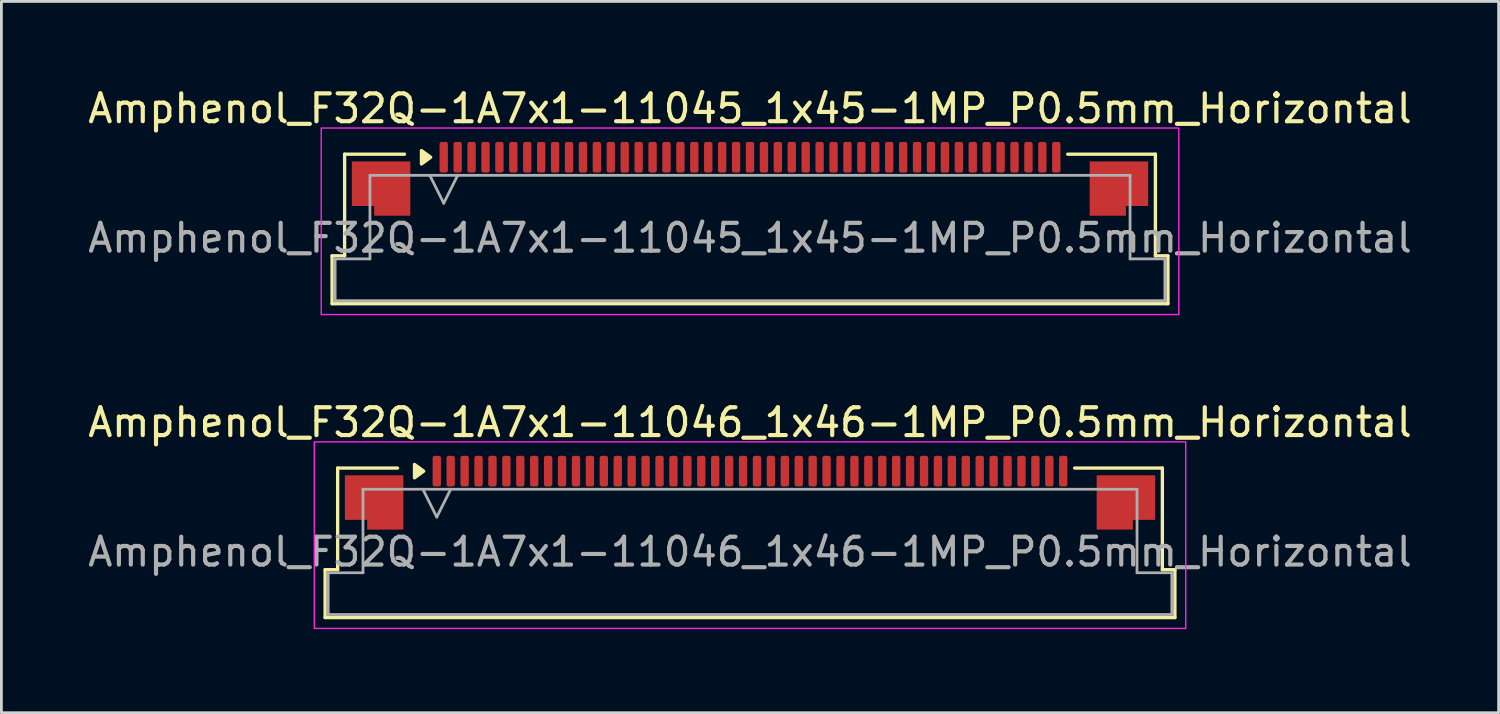
<source format=kicad_pcb>
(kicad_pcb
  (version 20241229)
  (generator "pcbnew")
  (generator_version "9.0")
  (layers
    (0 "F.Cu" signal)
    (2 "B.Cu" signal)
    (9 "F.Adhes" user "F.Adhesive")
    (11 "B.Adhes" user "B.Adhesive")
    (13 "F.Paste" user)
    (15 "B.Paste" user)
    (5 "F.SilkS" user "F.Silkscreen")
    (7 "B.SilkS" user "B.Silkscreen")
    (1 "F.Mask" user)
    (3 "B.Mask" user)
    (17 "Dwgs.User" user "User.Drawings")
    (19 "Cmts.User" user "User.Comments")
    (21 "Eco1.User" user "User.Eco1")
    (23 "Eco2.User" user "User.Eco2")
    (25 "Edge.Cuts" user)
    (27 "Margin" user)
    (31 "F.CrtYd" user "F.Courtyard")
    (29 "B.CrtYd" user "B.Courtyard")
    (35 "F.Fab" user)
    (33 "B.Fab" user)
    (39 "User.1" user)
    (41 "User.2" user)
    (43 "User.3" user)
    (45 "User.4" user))
  (footprint "Amphenol_F32Q-1A7x1-11045_1x45-1MP_P0.5mm_Horizontal"
    (layer "F.Cu")
    (at 23.887 5.498)
    (property "Reference" "Amphenol_F32Q-1A7x1-11045_1x45-1MP_P0.5mm_Horizontal" (at 0 -4.65 0) (layer "F.SilkS") (effects (font (size 1 1) (thickness 0.15))))
    (attr smd)
    (fp_line (start -15.01 0.64) (end -14.56 0.64) (stroke (width 0.12) (type solid)) (layer "F.SilkS"))
    (fp_line (start -15.01 2.36) (end -15.01 0.64) (stroke (width 0.12) (type solid)) (layer "F.SilkS"))
    (fp_line (start -14.56 -3.01) (end -12.41 -3.01) (stroke (width 0.12) (type solid)) (layer "F.SilkS"))
    (fp_line (start -14.56 0.64) (end -14.56 -3.01) (stroke (width 0.12) (type solid)) (layer "F.SilkS"))
    (fp_line (start 11.41 -3.01) (end 14.56 -3.01) (stroke (width 0.12) (type solid)) (layer "F.SilkS"))
    (fp_line (start 14.56 -3.01) (end 14.56 0.64) (stroke (width 0.12) (type solid)) (layer "F.SilkS"))
    (fp_line (start 14.56 0.64) (end 15.01 0.64) (stroke (width 0.12) (type solid)) (layer "F.SilkS"))
    (fp_line (start 15.01 0.64) (end 15.01 2.36) (stroke (width 0.12) (type solid)) (layer "F.SilkS"))
    (fp_line (start 15.01 2.36) (end -15.01 2.36) (stroke (width 0.12) (type solid)) (layer "F.SilkS"))
    (fp_poly (pts (xy -11.47 -2.9) (xy -11.8 -2.66) (xy -11.8 -3.14)) (stroke (width 0.12) (type solid)) (fill yes) (layer "F.SilkS"))
    (fp_rect (start -15.4 -3.95) (end 15.4 2.75) (stroke (width 0.05) (type solid)) (fill no) (layer "F.CrtYd"))
    (fp_line (start -14.9 0.75) (end -13.65 0.75) (stroke (width 0.1) (type solid)) (layer "F.Fab"))
    (fp_line (start -14.9 2.25) (end -14.9 0.75) (stroke (width 0.1) (type solid)) (layer "F.Fab"))
    (fp_line (start -13.65 -2.25) (end 13.65 -2.25) (stroke (width 0.1) (type solid)) (layer "F.Fab"))
    (fp_line (start -13.65 0.75) (end -13.65 -2.25) (stroke (width 0.1) (type solid)) (layer "F.Fab"))
    (fp_line (start -11.5 -2.25) (end -11 -1.25) (stroke (width 0.1) (type solid)) (layer "F.Fab"))
    (fp_line (start -11 -1.25) (end -10.5 -2.25) (stroke (width 0.1) (type solid)) (layer "F.Fab"))
    (fp_line (start 13.65 -2.25) (end 13.65 0.75) (stroke (width 0.1) (type solid)) (layer "F.Fab"))
    (fp_line (start 13.65 0.75) (end 14.9 0.75) (stroke (width 0.1) (type solid)) (layer "F.Fab"))
    (fp_line (start 14.9 0.75) (end 14.9 2.25) (stroke (width 0.1) (type solid)) (layer "F.Fab"))
    (fp_line (start 14.9 2.25) (end -14.9 2.25) (stroke (width 0.1) (type solid)) (layer "F.Fab"))
    (fp_text user "${REFERENCE}" (at 0 0 0) (layer "F.Fab") (effects (font (size 1 1) (thickness 0.15))))
    (pad "1" smd roundrect (at -11 -2.9) (size 0.3 1.1) (layers "F.Cu" "F.Mask" "F.Paste") (roundrect_rratio 0.25))
    (pad "2" smd roundrect (at -10.5 -2.9) (size 0.3 1.1) (layers "F.Cu" "F.Mask" "F.Paste") (roundrect_rratio 0.25))
    (pad "3" smd roundrect (at -10 -2.9) (size 0.3 1.1) (layers "F.Cu" "F.Mask" "F.Paste") (roundrect_rratio 0.25))
    (pad "4" smd roundrect (at -9.5 -2.9) (size 0.3 1.1) (layers "F.Cu" "F.Mask" "F.Paste") (roundrect_rratio 0.25))
    (pad "5" smd roundrect (at -9 -2.9) (size 0.3 1.1) (layers "F.Cu" "F.Mask" "F.Paste") (roundrect_rratio 0.25))
    (pad "6" smd roundrect (at -8.5 -2.9) (size 0.3 1.1) (layers "F.Cu" "F.Mask" "F.Paste") (roundrect_rratio 0.25))
    (pad "7" smd roundrect (at -8 -2.9) (size 0.3 1.1) (layers "F.Cu" "F.Mask" "F.Paste") (roundrect_rratio 0.25))
    (pad "8" smd roundrect (at -7.5 -2.9) (size 0.3 1.1) (layers "F.Cu" "F.Mask" "F.Paste") (roundrect_rratio 0.25))
    (pad "9" smd roundrect (at -7 -2.9) (size 0.3 1.1) (layers "F.Cu" "F.Mask" "F.Paste") (roundrect_rratio 0.25))
    (pad "10" smd roundrect (at -6.5 -2.9) (size 0.3 1.1) (layers "F.Cu" "F.Mask" "F.Paste") (roundrect_rratio 0.25))
    (pad "11" smd roundrect (at -6 -2.9) (size 0.3 1.1) (layers "F.Cu" "F.Mask" "F.Paste") (roundrect_rratio 0.25))
    (pad "12" smd roundrect (at -5.5 -2.9) (size 0.3 1.1) (layers "F.Cu" "F.Mask" "F.Paste") (roundrect_rratio 0.25))
    (pad "13" smd roundrect (at -5 -2.9) (size 0.3 1.1) (layers "F.Cu" "F.Mask" "F.Paste") (roundrect_rratio 0.25))
    (pad "14" smd roundrect (at -4.5 -2.9) (size 0.3 1.1) (layers "F.Cu" "F.Mask" "F.Paste") (roundrect_rratio 0.25))
    (pad "15" smd roundrect (at -4 -2.9) (size 0.3 1.1) (layers "F.Cu" "F.Mask" "F.Paste") (roundrect_rratio 0.25))
    (pad "16" smd roundrect (at -3.5 -2.9) (size 0.3 1.1) (layers "F.Cu" "F.Mask" "F.Paste") (roundrect_rratio 0.25))
    (pad "17" smd roundrect (at -3 -2.9) (size 0.3 1.1) (layers "F.Cu" "F.Mask" "F.Paste") (roundrect_rratio 0.25))
    (pad "18" smd roundrect (at -2.5 -2.9) (size 0.3 1.1) (layers "F.Cu" "F.Mask" "F.Paste") (roundrect_rratio 0.25))
    (pad "19" smd roundrect (at -2 -2.9) (size 0.3 1.1) (layers "F.Cu" "F.Mask" "F.Paste") (roundrect_rratio 0.25))
    (pad "20" smd roundrect (at -1.5 -2.9) (size 0.3 1.1) (layers "F.Cu" "F.Mask" "F.Paste") (roundrect_rratio 0.25))
    (pad "21" smd roundrect (at -1 -2.9) (size 0.3 1.1) (layers "F.Cu" "F.Mask" "F.Paste") (roundrect_rratio 0.25))
    (pad "22" smd roundrect (at -0.5 -2.9) (size 0.3 1.1) (layers "F.Cu" "F.Mask" "F.Paste") (roundrect_rratio 0.25))
    (pad "23" smd roundrect (at 0 -2.9) (size 0.3 1.1) (layers "F.Cu" "F.Mask" "F.Paste") (roundrect_rratio 0.25))
    (pad "24" smd roundrect (at 0.5 -2.9) (size 0.3 1.1) (layers "F.Cu" "F.Mask" "F.Paste") (roundrect_rratio 0.25))
    (pad "25" smd roundrect (at 1 -2.9) (size 0.3 1.1) (layers "F.Cu" "F.Mask" "F.Paste") (roundrect_rratio 0.25))
    (pad "26" smd roundrect (at 1.5 -2.9) (size 0.3 1.1) (layers "F.Cu" "F.Mask" "F.Paste") (roundrect_rratio 0.25))
    (pad "27" smd roundrect (at 2 -2.9) (size 0.3 1.1) (layers "F.Cu" "F.Mask" "F.Paste") (roundrect_rratio 0.25))
    (pad "28" smd roundrect (at 2.5 -2.9) (size 0.3 1.1) (layers "F.Cu" "F.Mask" "F.Paste") (roundrect_rratio 0.25))
    (pad "29" smd roundrect (at 3 -2.9) (size 0.3 1.1) (layers "F.Cu" "F.Mask" "F.Paste") (roundrect_rratio 0.25))
    (pad "30" smd roundrect (at 3.5 -2.9) (size 0.3 1.1) (layers "F.Cu" "F.Mask" "F.Paste") (roundrect_rratio 0.25))
    (pad "31" smd roundrect (at 4 -2.9) (size 0.3 1.1) (layers "F.Cu" "F.Mask" "F.Paste") (roundrect_rratio 0.25))
    (pad "32" smd roundrect (at 4.5 -2.9) (size 0.3 1.1) (layers "F.Cu" "F.Mask" "F.Paste") (roundrect_rratio 0.25))
    (pad "33" smd roundrect (at 5 -2.9) (size 0.3 1.1) (layers "F.Cu" "F.Mask" "F.Paste") (roundrect_rratio 0.25))
    (pad "34" smd roundrect (at 5.5 -2.9) (size 0.3 1.1) (layers "F.Cu" "F.Mask" "F.Paste") (roundrect_rratio 0.25))
    (pad "35" smd roundrect (at 6 -2.9) (size 0.3 1.1) (layers "F.Cu" "F.Mask" "F.Paste") (roundrect_rratio 0.25))
    (pad "36" smd roundrect (at 6.5 -2.9) (size 0.3 1.1) (layers "F.Cu" "F.Mask" "F.Paste") (roundrect_rratio 0.25))
    (pad "37" smd roundrect (at 7 -2.9) (size 0.3 1.1) (layers "F.Cu" "F.Mask" "F.Paste") (roundrect_rratio 0.25))
    (pad "38" smd roundrect (at 7.5 -2.9) (size 0.3 1.1) (layers "F.Cu" "F.Mask" "F.Paste") (roundrect_rratio 0.25))
    (pad "39" smd roundrect (at 8 -2.9) (size 0.3 1.1) (layers "F.Cu" "F.Mask" "F.Paste") (roundrect_rratio 0.25))
    (pad "40" smd roundrect (at 8.5 -2.9) (size 0.3 1.1) (layers "F.Cu" "F.Mask" "F.Paste") (roundrect_rratio 0.25))
    (pad "41" smd roundrect (at 9 -2.9) (size 0.3 1.1) (layers "F.Cu" "F.Mask" "F.Paste") (roundrect_rratio 0.25))
    (pad "42" smd roundrect (at 9.5 -2.9) (size 0.3 1.1) (layers "F.Cu" "F.Mask" "F.Paste") (roundrect_rratio 0.25))
    (pad "43" smd roundrect (at 10 -2.9) (size 0.3 1.1) (layers "F.Cu" "F.Mask" "F.Paste") (roundrect_rratio 0.25))
    (pad "44" smd roundrect (at 10.5 -2.9) (size 0.3 1.1) (layers "F.Cu" "F.Mask" "F.Paste") (roundrect_rratio 0.25))
    (pad "45" smd roundrect (at 11 -2.9) (size 0.3 1.1) (layers "F.Cu" "F.Mask" "F.Paste") (roundrect_rratio 0.25))
    (pad "MP" smd custom (at -13.25 -1.775) (size 1 1) (layers "F.Cu" "F.Mask" "F.Paste") (options (anchor circle)) (primitives (gr_poly (pts (xy 1.05 -0.975) (xy 1.05 0.975) (xy -0.25 0.975) (xy -0.25 0.625) (xy -1.05 0.625) (xy -1.05 -0.975)) (width 0) (fill yes))))
    (pad "MP" smd custom (at 13.25 -1.775) (size 1 1) (layers "F.Cu" "F.Mask" "F.Paste") (options (anchor circle)) (primitives (gr_poly (pts (xy -1.05 -0.975) (xy -1.05 0.975) (xy 0.25 0.975) (xy 0.25 0.625) (xy 1.05 0.625) (xy 1.05 -0.975)) (width 0) (fill yes)))))
  (footprint "Amphenol_F32Q-1A7x1-11046_1x46-1MP_P0.5mm_Horizontal"
    (layer "F.Cu")
    (at 23.887 16.771)
    (property "Reference" "Amphenol_F32Q-1A7x1-11046_1x46-1MP_P0.5mm_Horizontal" (at 0 -4.65 0) (layer "F.SilkS") (effects (font (size 1 1) (thickness 0.15))))
    (attr smd)
    (fp_line (start -15.26 0.64) (end -14.81 0.64) (stroke (width 0.12) (type solid)) (layer "F.SilkS"))
    (fp_line (start -15.26 2.36) (end -15.26 0.64) (stroke (width 0.12) (type solid)) (layer "F.SilkS"))
    (fp_line (start -14.81 -3.01) (end -12.66 -3.01) (stroke (width 0.12) (type solid)) (layer "F.SilkS"))
    (fp_line (start -14.81 0.64) (end -14.81 -3.01) (stroke (width 0.12) (type solid)) (layer "F.SilkS"))
    (fp_line (start 11.66 -3.01) (end 14.81 -3.01) (stroke (width 0.12) (type solid)) (layer "F.SilkS"))
    (fp_line (start 14.81 -3.01) (end 14.81 0.64) (stroke (width 0.12) (type solid)) (layer "F.SilkS"))
    (fp_line (start 14.81 0.64) (end 15.26 0.64) (stroke (width 0.12) (type solid)) (layer "F.SilkS"))
    (fp_line (start 15.26 0.64) (end 15.26 2.36) (stroke (width 0.12) (type solid)) (layer "F.SilkS"))
    (fp_line (start 15.26 2.36) (end -15.26 2.36) (stroke (width 0.12) (type solid)) (layer "F.SilkS"))
    (fp_poly (pts (xy -11.72 -2.9) (xy -12.05 -2.66) (xy -12.05 -3.14)) (stroke (width 0.12) (type solid)) (fill yes) (layer "F.SilkS"))
    (fp_rect (start -15.65 -3.95) (end 15.65 2.75) (stroke (width 0.05) (type solid)) (fill no) (layer "F.CrtYd"))
    (fp_line (start -15.15 0.75) (end -13.9 0.75) (stroke (width 0.1) (type solid)) (layer "F.Fab"))
    (fp_line (start -15.15 2.25) (end -15.15 0.75) (stroke (width 0.1) (type solid)) (layer "F.Fab"))
    (fp_line (start -13.9 -2.25) (end 13.9 -2.25) (stroke (width 0.1) (type solid)) (layer "F.Fab"))
    (fp_line (start -13.9 0.75) (end -13.9 -2.25) (stroke (width 0.1) (type solid)) (layer "F.Fab"))
    (fp_line (start -11.75 -2.25) (end -11.25 -1.25) (stroke (width 0.1) (type solid)) (layer "F.Fab"))
    (fp_line (start -11.25 -1.25) (end -10.75 -2.25) (stroke (width 0.1) (type solid)) (layer "F.Fab"))
    (fp_line (start 13.9 -2.25) (end 13.9 0.75) (stroke (width 0.1) (type solid)) (layer "F.Fab"))
    (fp_line (start 13.9 0.75) (end 15.15 0.75) (stroke (width 0.1) (type solid)) (layer "F.Fab"))
    (fp_line (start 15.15 0.75) (end 15.15 2.25) (stroke (width 0.1) (type solid)) (layer "F.Fab"))
    (fp_line (start 15.15 2.25) (end -15.15 2.25) (stroke (width 0.1) (type solid)) (layer "F.Fab"))
    (fp_text user "${REFERENCE}" (at 0 0 0) (layer "F.Fab") (effects (font (size 1 1) (thickness 0.15))))
    (pad "1" smd roundrect (at -11.25 -2.9) (size 0.3 1.1) (layers "F.Cu" "F.Mask" "F.Paste") (roundrect_rratio 0.25))
    (pad "2" smd roundrect (at -10.75 -2.9) (size 0.3 1.1) (layers "F.Cu" "F.Mask" "F.Paste") (roundrect_rratio 0.25))
    (pad "3" smd roundrect (at -10.25 -2.9) (size 0.3 1.1) (layers "F.Cu" "F.Mask" "F.Paste") (roundrect_rratio 0.25))
    (pad "4" smd roundrect (at -9.75 -2.9) (size 0.3 1.1) (layers "F.Cu" "F.Mask" "F.Paste") (roundrect_rratio 0.25))
    (pad "5" smd roundrect (at -9.25 -2.9) (size 0.3 1.1) (layers "F.Cu" "F.Mask" "F.Paste") (roundrect_rratio 0.25))
    (pad "6" smd roundrect (at -8.75 -2.9) (size 0.3 1.1) (layers "F.Cu" "F.Mask" "F.Paste") (roundrect_rratio 0.25))
    (pad "7" smd roundrect (at -8.25 -2.9) (size 0.3 1.1) (layers "F.Cu" "F.Mask" "F.Paste") (roundrect_rratio 0.25))
    (pad "8" smd roundrect (at -7.75 -2.9) (size 0.3 1.1) (layers "F.Cu" "F.Mask" "F.Paste") (roundrect_rratio 0.25))
    (pad "9" smd roundrect (at -7.25 -2.9) (size 0.3 1.1) (layers "F.Cu" "F.Mask" "F.Paste") (roundrect_rratio 0.25))
    (pad "10" smd roundrect (at -6.75 -2.9) (size 0.3 1.1) (layers "F.Cu" "F.Mask" "F.Paste") (roundrect_rratio 0.25))
    (pad "11" smd roundrect (at -6.25 -2.9) (size 0.3 1.1) (layers "F.Cu" "F.Mask" "F.Paste") (roundrect_rratio 0.25))
    (pad "12" smd roundrect (at -5.75 -2.9) (size 0.3 1.1) (layers "F.Cu" "F.Mask" "F.Paste") (roundrect_rratio 0.25))
    (pad "13" smd roundrect (at -5.25 -2.9) (size 0.3 1.1) (layers "F.Cu" "F.Mask" "F.Paste") (roundrect_rratio 0.25))
    (pad "14" smd roundrect (at -4.75 -2.9) (size 0.3 1.1) (layers "F.Cu" "F.Mask" "F.Paste") (roundrect_rratio 0.25))
    (pad "15" smd roundrect (at -4.25 -2.9) (size 0.3 1.1) (layers "F.Cu" "F.Mask" "F.Paste") (roundrect_rratio 0.25))
    (pad "16" smd roundrect (at -3.75 -2.9) (size 0.3 1.1) (layers "F.Cu" "F.Mask" "F.Paste") (roundrect_rratio 0.25))
    (pad "17" smd roundrect (at -3.25 -2.9) (size 0.3 1.1) (layers "F.Cu" "F.Mask" "F.Paste") (roundrect_rratio 0.25))
    (pad "18" smd roundrect (at -2.75 -2.9) (size 0.3 1.1) (layers "F.Cu" "F.Mask" "F.Paste") (roundrect_rratio 0.25))
    (pad "19" smd roundrect (at -2.25 -2.9) (size 0.3 1.1) (layers "F.Cu" "F.Mask" "F.Paste") (roundrect_rratio 0.25))
    (pad "20" smd roundrect (at -1.75 -2.9) (size 0.3 1.1) (layers "F.Cu" "F.Mask" "F.Paste") (roundrect_rratio 0.25))
    (pad "21" smd roundrect (at -1.25 -2.9) (size 0.3 1.1) (layers "F.Cu" "F.Mask" "F.Paste") (roundrect_rratio 0.25))
    (pad "22" smd roundrect (at -0.75 -2.9) (size 0.3 1.1) (layers "F.Cu" "F.Mask" "F.Paste") (roundrect_rratio 0.25))
    (pad "23" smd roundrect (at -0.25 -2.9) (size 0.3 1.1) (layers "F.Cu" "F.Mask" "F.Paste") (roundrect_rratio 0.25))
    (pad "24" smd roundrect (at 0.25 -2.9) (size 0.3 1.1) (layers "F.Cu" "F.Mask" "F.Paste") (roundrect_rratio 0.25))
    (pad "25" smd roundrect (at 0.75 -2.9) (size 0.3 1.1) (layers "F.Cu" "F.Mask" "F.Paste") (roundrect_rratio 0.25))
    (pad "26" smd roundrect (at 1.25 -2.9) (size 0.3 1.1) (layers "F.Cu" "F.Mask" "F.Paste") (roundrect_rratio 0.25))
    (pad "27" smd roundrect (at 1.75 -2.9) (size 0.3 1.1) (layers "F.Cu" "F.Mask" "F.Paste") (roundrect_rratio 0.25))
    (pad "28" smd roundrect (at 2.25 -2.9) (size 0.3 1.1) (layers "F.Cu" "F.Mask" "F.Paste") (roundrect_rratio 0.25))
    (pad "29" smd roundrect (at 2.75 -2.9) (size 0.3 1.1) (layers "F.Cu" "F.Mask" "F.Paste") (roundrect_rratio 0.25))
    (pad "30" smd roundrect (at 3.25 -2.9) (size 0.3 1.1) (layers "F.Cu" "F.Mask" "F.Paste") (roundrect_rratio 0.25))
    (pad "31" smd roundrect (at 3.75 -2.9) (size 0.3 1.1) (layers "F.Cu" "F.Mask" "F.Paste") (roundrect_rratio 0.25))
    (pad "32" smd roundrect (at 4.25 -2.9) (size 0.3 1.1) (layers "F.Cu" "F.Mask" "F.Paste") (roundrect_rratio 0.25))
    (pad "33" smd roundrect (at 4.75 -2.9) (size 0.3 1.1) (layers "F.Cu" "F.Mask" "F.Paste") (roundrect_rratio 0.25))
    (pad "34" smd roundrect (at 5.25 -2.9) (size 0.3 1.1) (layers "F.Cu" "F.Mask" "F.Paste") (roundrect_rratio 0.25))
    (pad "35" smd roundrect (at 5.75 -2.9) (size 0.3 1.1) (layers "F.Cu" "F.Mask" "F.Paste") (roundrect_rratio 0.25))
    (pad "36" smd roundrect (at 6.25 -2.9) (size 0.3 1.1) (layers "F.Cu" "F.Mask" "F.Paste") (roundrect_rratio 0.25))
    (pad "37" smd roundrect (at 6.75 -2.9) (size 0.3 1.1) (layers "F.Cu" "F.Mask" "F.Paste") (roundrect_rratio 0.25))
    (pad "38" smd roundrect (at 7.25 -2.9) (size 0.3 1.1) (layers "F.Cu" "F.Mask" "F.Paste") (roundrect_rratio 0.25))
    (pad "39" smd roundrect (at 7.75 -2.9) (size 0.3 1.1) (layers "F.Cu" "F.Mask" "F.Paste") (roundrect_rratio 0.25))
    (pad "40" smd roundrect (at 8.25 -2.9) (size 0.3 1.1) (layers "F.Cu" "F.Mask" "F.Paste") (roundrect_rratio 0.25))
    (pad "41" smd roundrect (at 8.75 -2.9) (size 0.3 1.1) (layers "F.Cu" "F.Mask" "F.Paste") (roundrect_rratio 0.25))
    (pad "42" smd roundrect (at 9.25 -2.9) (size 0.3 1.1) (layers "F.Cu" "F.Mask" "F.Paste") (roundrect_rratio 0.25))
    (pad "43" smd roundrect (at 9.75 -2.9) (size 0.3 1.1) (layers "F.Cu" "F.Mask" "F.Paste") (roundrect_rratio 0.25))
    (pad "44" smd roundrect (at 10.25 -2.9) (size 0.3 1.1) (layers "F.Cu" "F.Mask" "F.Paste") (roundrect_rratio 0.25))
    (pad "45" smd roundrect (at 10.75 -2.9) (size 0.3 1.1) (layers "F.Cu" "F.Mask" "F.Paste") (roundrect_rratio 0.25))
    (pad "46" smd roundrect (at 11.25 -2.9) (size 0.3 1.1) (layers "F.Cu" "F.Mask" "F.Paste") (roundrect_rratio 0.25))
    (pad "MP" smd custom (at -13.5 -1.775) (size 1 1) (layers "F.Cu" "F.Mask" "F.Paste") (options (anchor circle)) (primitives (gr_poly (pts (xy 1.05 -0.975) (xy 1.05 0.975) (xy -0.25 0.975) (xy -0.25 0.625) (xy -1.05 0.625) (xy -1.05 -0.975)) (width 0) (fill yes))))
    (pad "MP" smd custom (at 13.5 -1.775) (size 1 1) (layers "F.Cu" "F.Mask" "F.Paste") (options (anchor circle)) (primitives (gr_poly (pts (xy -1.05 -0.975) (xy -1.05 0.975) (xy 0.25 0.975) (xy 0.25 0.625) (xy 1.05 0.625) (xy 1.05 -0.975)) (width 0) (fill yes)))))
  (gr_rect
    (start -3 -3)
    (end 50.774 22.547)
    (stroke (width 0.1) (type default))
    (fill no)
    (layer "Edge.Cuts")))
</source>
